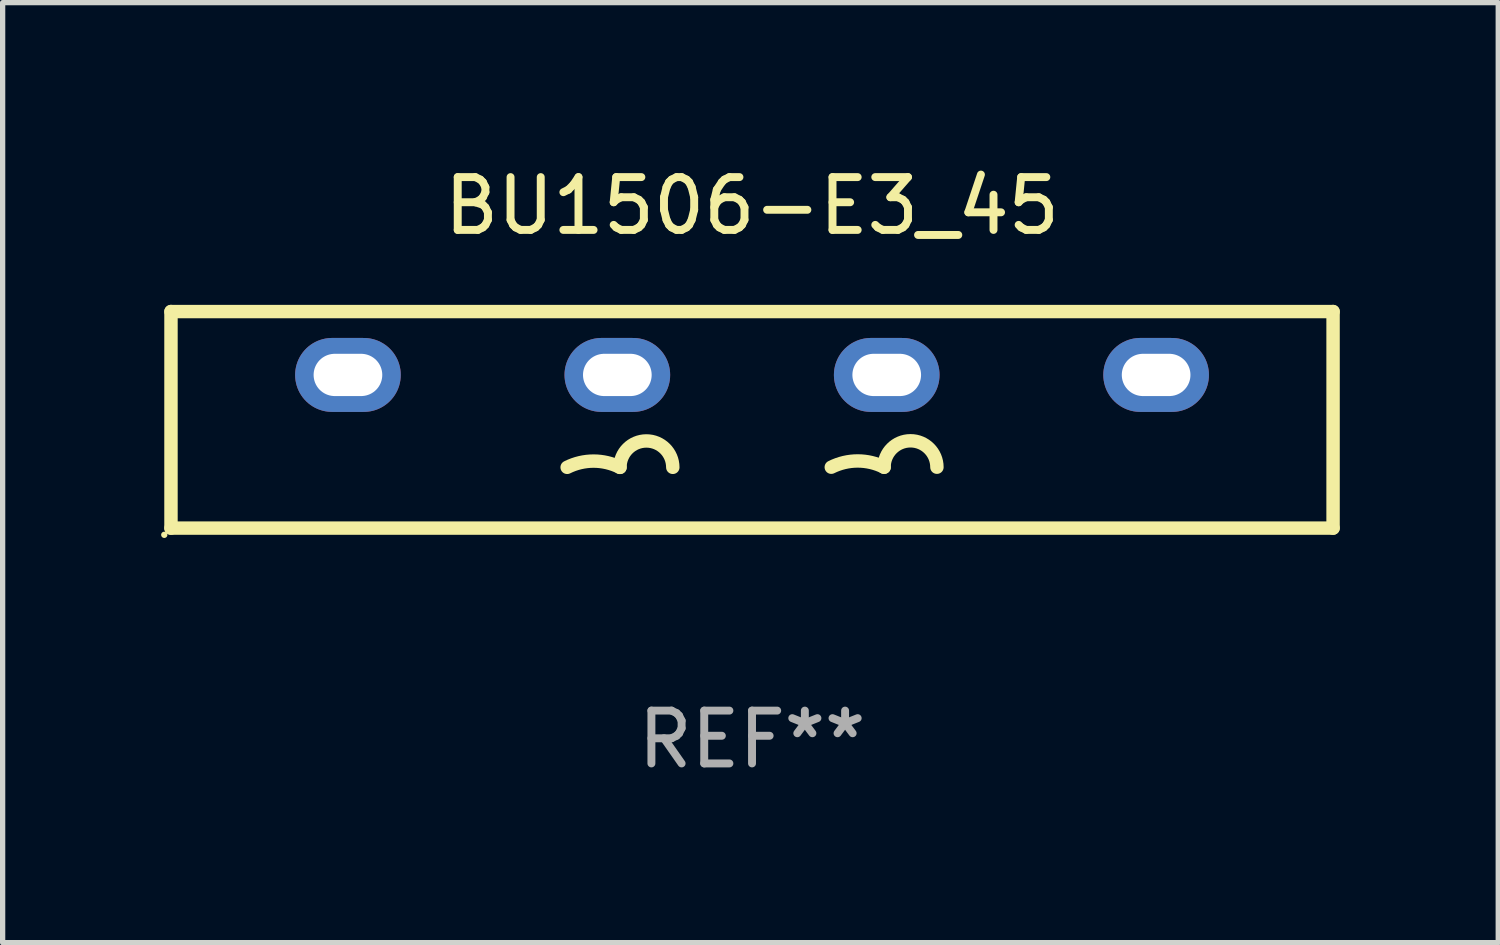
<source format=kicad_pcb>
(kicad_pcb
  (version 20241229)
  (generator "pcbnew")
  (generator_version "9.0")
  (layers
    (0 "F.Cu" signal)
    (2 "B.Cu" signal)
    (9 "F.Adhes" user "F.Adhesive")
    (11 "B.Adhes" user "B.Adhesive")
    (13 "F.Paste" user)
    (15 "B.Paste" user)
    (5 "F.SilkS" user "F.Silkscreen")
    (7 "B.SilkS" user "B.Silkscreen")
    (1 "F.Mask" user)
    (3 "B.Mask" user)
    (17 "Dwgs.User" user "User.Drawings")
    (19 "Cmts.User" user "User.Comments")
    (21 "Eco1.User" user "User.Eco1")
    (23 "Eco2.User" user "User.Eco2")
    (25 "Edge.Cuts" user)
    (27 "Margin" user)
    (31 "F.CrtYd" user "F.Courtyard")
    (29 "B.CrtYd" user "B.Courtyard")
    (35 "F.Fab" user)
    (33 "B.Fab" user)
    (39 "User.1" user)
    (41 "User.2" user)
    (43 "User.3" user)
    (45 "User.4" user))
  (footprint "BU1506-E3_45"
    (layer "F.Cu")
    (at 11.187 4.898)
    (property "Reference" "BU1506-E3_45" (at 0 -4.05 0) (layer "F.SilkS") (effects (font (size 1 1) (thickness 0.15))))
    (attr through_hole)
    (fp_line (start -11 -2.05) (end -11 2.05) (stroke (width 0.254) (type solid)) (layer "F.SilkS"))
    (fp_line (start -11 -2.05) (end 11 -2.05) (stroke (width 0.254) (type solid)) (layer "F.SilkS"))
    (fp_line (start -11 2.05) (end 11 2.05) (stroke (width 0.254) (type solid)) (layer "F.SilkS"))
    (fp_line (start 11 -2.05) (end 11 2.05) (stroke (width 0.254) (type solid)) (layer "F.SilkS"))
    (fp_arc (start -3.500025 0.8992) (mid -3.000025 0.781166) (end -2.500025 0.8992) (stroke (width 0.254001) (type solid)) (layer "F.SilkS"))
    (fp_arc (start -2.499924 0.900342) (mid -2.000545 0.400392) (end -1.500025 0.8992) (stroke (width 0.254001) (type solid)) (layer "F.SilkS"))
    (fp_arc (start 1.500406 0.896584) (mid 2.000406 0.77855) (end 2.500406 0.896584) (stroke (width 0.254001) (type solid)) (layer "F.SilkS"))
    (fp_arc (start 2.499619 0.897727) (mid 2.999441 0.397345) (end 3.500406 0.896584) (stroke (width 0.254001) (type solid)) (layer "F.SilkS"))
    (fp_circle (center -11.127 2.177) (end -11.097 2.177) (stroke (width 0.06) (type solid)) (fill no) (layer "F.SilkS"))
    (fp_text user "+" (at -8.5 2.15 0) (layer "B.Mask") (effects (font (size 1 1) (thickness 0.15))))
    (fp_text user "-" (at 7 2.15 0) (layer "B.Mask") (effects (font (size 1 1) (thickness 0.15))))
    (fp_text user "REF**" (at 0 6.05 0) (layer "F.Fab") (effects (font (size 1 1) (thickness 0.15))))
    (pad "1" thru_hole oval (at -7.65 -0.85) (size 2 1.4) (drill oval 1.3 0.8) (layers "*.Cu" "*.Mask"))
    (pad "2" thru_hole oval (at -2.55 -0.85) (size 2 1.4) (drill oval 1.3 0.8) (layers "*.Cu" "*.Mask"))
    (pad "3" thru_hole oval (at 2.55 -0.85) (size 2 1.4) (drill oval 1.3 0.8) (layers "*.Cu" "*.Mask"))
    (pad "4" thru_hole oval (at 7.65 -0.85) (size 2 1.4) (drill oval 1.3 0.8) (layers "*.Cu" "*.Mask")))
  (gr_rect
    (start -3 -3)
    (end 25.314 14.796)
    (stroke (width 0.1) (type default))
    (fill no)
    (layer "Edge.Cuts")))
</source>
